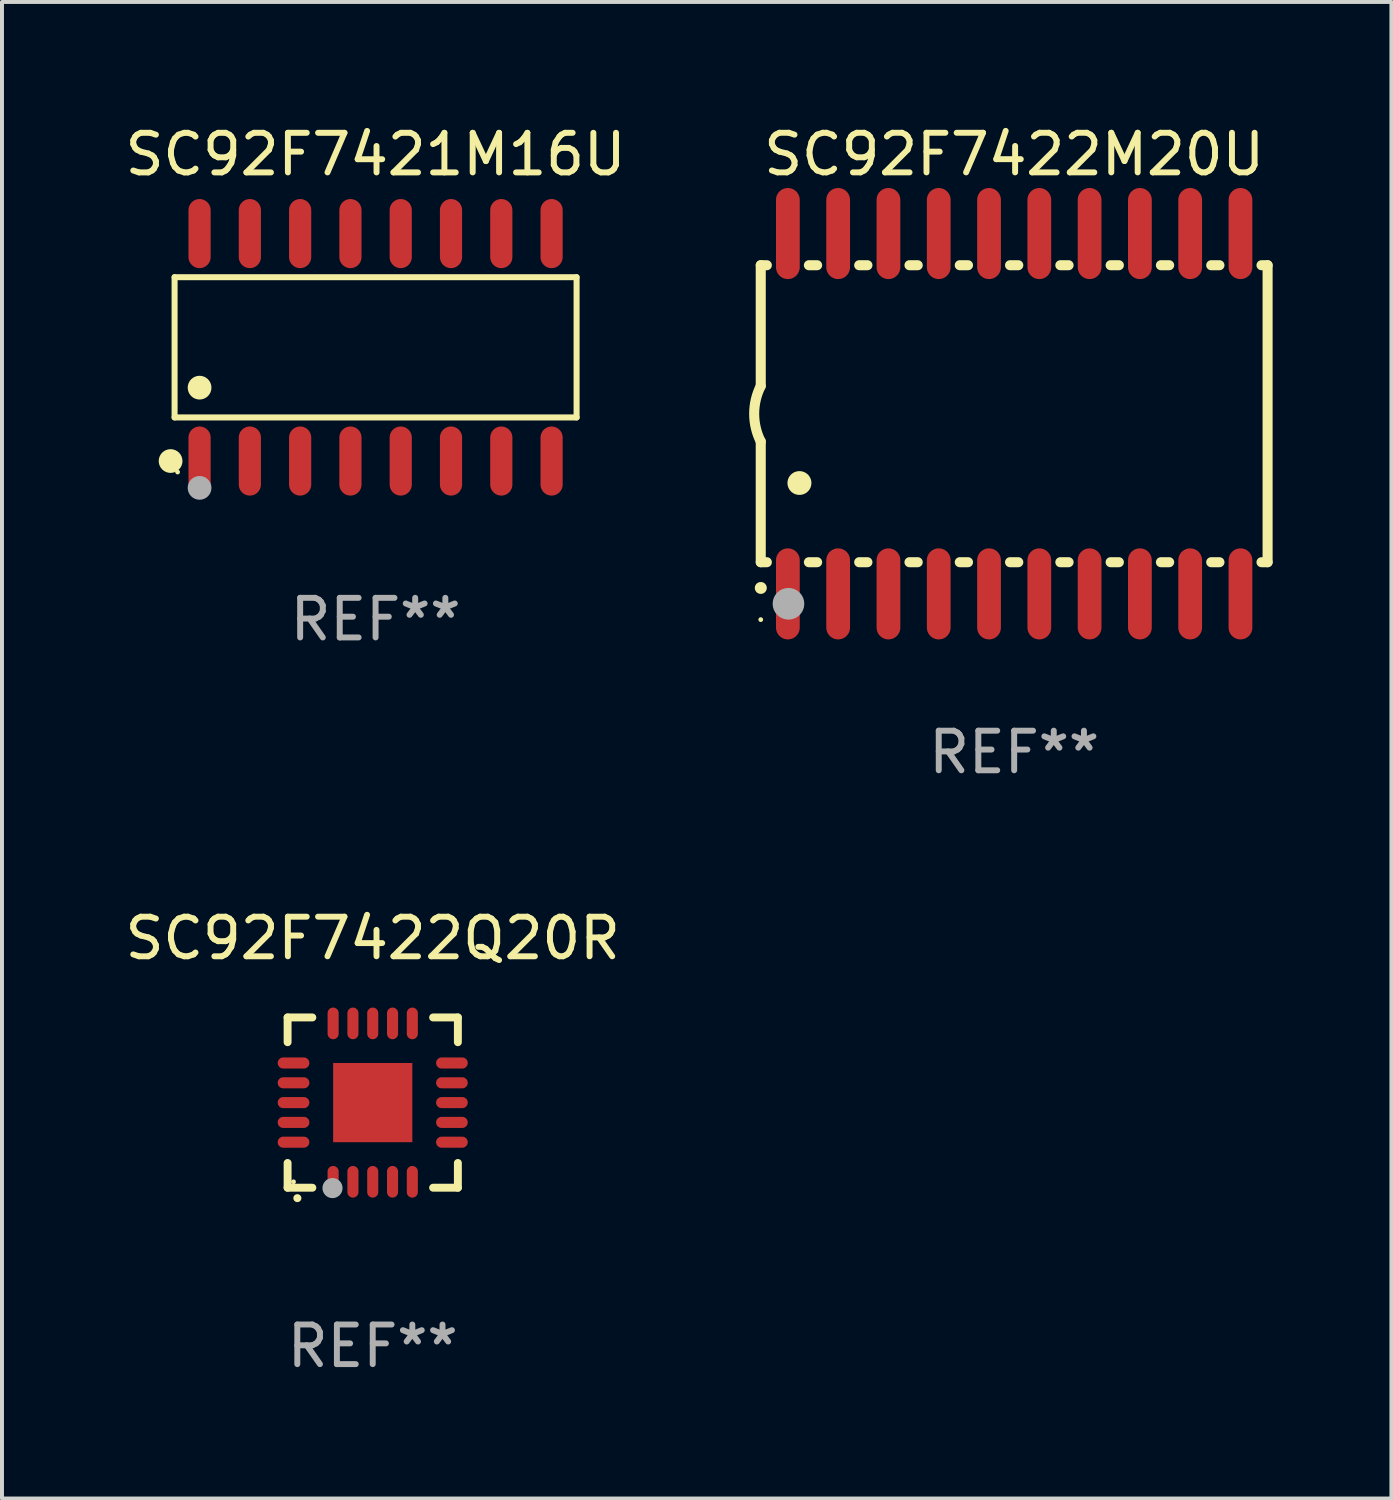
<source format=kicad_pcb>
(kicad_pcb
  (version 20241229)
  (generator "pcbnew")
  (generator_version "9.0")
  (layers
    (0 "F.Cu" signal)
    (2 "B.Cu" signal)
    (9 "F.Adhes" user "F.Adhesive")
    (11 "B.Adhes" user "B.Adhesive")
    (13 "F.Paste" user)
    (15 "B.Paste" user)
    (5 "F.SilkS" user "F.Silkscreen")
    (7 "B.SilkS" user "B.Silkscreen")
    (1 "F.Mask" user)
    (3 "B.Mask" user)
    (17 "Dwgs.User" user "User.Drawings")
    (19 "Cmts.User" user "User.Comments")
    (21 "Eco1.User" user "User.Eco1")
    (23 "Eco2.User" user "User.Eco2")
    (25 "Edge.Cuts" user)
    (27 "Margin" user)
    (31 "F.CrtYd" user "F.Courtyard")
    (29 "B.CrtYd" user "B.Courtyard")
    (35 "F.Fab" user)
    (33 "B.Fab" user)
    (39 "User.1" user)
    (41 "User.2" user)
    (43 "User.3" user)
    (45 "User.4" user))
  (footprint "SC92F7422M20U"
    (layer "F.Cu")
    (at 22.562 7.398)
    (property "Reference" "SC92F7422M20U" (at 0 -6.55 0) (layer "F.SilkS") (effects (font (size 1 1) (thickness 0.15))))
    (attr through_hole)
    (fp_line (start -6.4 -3.75) (end -6.4 -0.7) (stroke (width 0.254) (type solid)) (layer "F.SilkS"))
    (fp_line (start -6.4 -3.75) (end -6.246 -3.75) (stroke (width 0.254) (type solid)) (layer "F.SilkS"))
    (fp_line (start -6.4 3.75) (end -6.4 0.7) (stroke (width 0.254) (type solid)) (layer "F.SilkS"))
    (fp_line (start -6.246 3.75) (end -6.4 3.75) (stroke (width 0.254) (type solid)) (layer "F.SilkS"))
    (fp_line (start -5.184 -3.75) (end -4.976 -3.75) (stroke (width 0.254) (type solid)) (layer "F.SilkS"))
    (fp_line (start -4.976 3.75) (end -5.184 3.75) (stroke (width 0.254) (type solid)) (layer "F.SilkS"))
    (fp_line (start -3.914 -3.75) (end -3.706 -3.75) (stroke (width 0.254) (type solid)) (layer "F.SilkS"))
    (fp_line (start -3.706 3.75) (end -3.914 3.75) (stroke (width 0.254) (type solid)) (layer "F.SilkS"))
    (fp_line (start -2.644 -3.75) (end -2.436 -3.75) (stroke (width 0.254) (type solid)) (layer "F.SilkS"))
    (fp_line (start -2.436 3.75) (end -2.644 3.75) (stroke (width 0.254) (type solid)) (layer "F.SilkS"))
    (fp_line (start -1.374 -3.75) (end -1.166 -3.75) (stroke (width 0.254) (type solid)) (layer "F.SilkS"))
    (fp_line (start -1.166 3.75) (end -1.374 3.75) (stroke (width 0.254) (type solid)) (layer "F.SilkS"))
    (fp_line (start -0.104 -3.75) (end 0.104 -3.75) (stroke (width 0.254) (type solid)) (layer "F.SilkS"))
    (fp_line (start 0.104 3.75) (end -0.104 3.75) (stroke (width 0.254) (type solid)) (layer "F.SilkS"))
    (fp_line (start 1.166 -3.75) (end 1.374 -3.75) (stroke (width 0.254) (type solid)) (layer "F.SilkS"))
    (fp_line (start 1.374 3.75) (end 1.166 3.75) (stroke (width 0.254) (type solid)) (layer "F.SilkS"))
    (fp_line (start 2.436 -3.75) (end 2.644 -3.75) (stroke (width 0.254) (type solid)) (layer "F.SilkS"))
    (fp_line (start 2.644 3.75) (end 2.436 3.75) (stroke (width 0.254) (type solid)) (layer "F.SilkS"))
    (fp_line (start 3.706 -3.75) (end 3.914 -3.75) (stroke (width 0.254) (type solid)) (layer "F.SilkS"))
    (fp_line (start 3.914 3.75) (end 3.706 3.75) (stroke (width 0.254) (type solid)) (layer "F.SilkS"))
    (fp_line (start 4.976 -3.75) (end 5.184 -3.75) (stroke (width 0.254) (type solid)) (layer "F.SilkS"))
    (fp_line (start 5.184 3.75) (end 4.976 3.75) (stroke (width 0.254) (type solid)) (layer "F.SilkS"))
    (fp_line (start 6.246 -3.75) (end 6.4 -3.75) (stroke (width 0.254) (type solid)) (layer "F.SilkS"))
    (fp_line (start 6.4 -3.75) (end 6.4 3.75) (stroke (width 0.254) (type solid)) (layer "F.SilkS"))
    (fp_line (start 6.4 3.75) (end 6.246 3.75) (stroke (width 0.254) (type solid)) (layer "F.SilkS"))
    (fp_arc (start -6.400812 0.701041) (mid -6.565912 0.000428) (end -6.400025 -0.7) (stroke (width 0.254001) (type solid)) (layer "F.SilkS"))
    (fp_arc (start -6.400025 4.4) (mid -6.398755 4.399995) (end -6.397485 4.4) (stroke (width 0.3) (type solid)) (layer "F.SilkS"))
    (fp_arc (start -5.425451 1.750064) (mid -5.422911 1.750053) (end -5.420371 1.750064) (stroke (width 0.6) (type solid)) (layer "F.SilkS"))
    (fp_circle (center -6.4 5.2) (end -6.37 5.2) (stroke (width 0.06) (type solid)) (fill no) (layer "F.SilkS"))
    (fp_circle (center -5.7 4.8) (end -5.5 4.8) (stroke (width 0.4) (type solid)) (fill no) (layer "F.Fab"))
    (fp_text user "REF**" (at 0 8.55 0) (layer "F.Fab") (effects (font (size 1 1) (thickness 0.15))))
    (pad "1" smd oval (at -5.715 4.55 180) (size 0.6 2.3) (layers "F.Cu" "F.Mask" "F.Paste"))
    (pad "2" smd oval (at -4.445 4.55 180) (size 0.6 2.3) (layers "F.Cu" "F.Mask" "F.Paste"))
    (pad "3" smd oval (at -3.175 4.55 180) (size 0.6 2.3) (layers "F.Cu" "F.Mask" "F.Paste"))
    (pad "4" smd oval (at -1.905 4.55 180) (size 0.6 2.3) (layers "F.Cu" "F.Mask" "F.Paste"))
    (pad "5" smd oval (at -0.635 4.55 180) (size 0.6 2.3) (layers "F.Cu" "F.Mask" "F.Paste"))
    (pad "6" smd oval (at 0.635 4.55 180) (size 0.6 2.3) (layers "F.Cu" "F.Mask" "F.Paste"))
    (pad "7" smd oval (at 1.905 4.55 180) (size 0.6 2.3) (layers "F.Cu" "F.Mask" "F.Paste"))
    (pad "8" smd oval (at 3.175 4.55 180) (size 0.6 2.3) (layers "F.Cu" "F.Mask" "F.Paste"))
    (pad "9" smd oval (at 4.445 4.55 180) (size 0.6 2.3) (layers "F.Cu" "F.Mask" "F.Paste"))
    (pad "10" smd oval (at 5.715 4.55 180) (size 0.6 2.3) (layers "F.Cu" "F.Mask" "F.Paste"))
    (pad "11" smd oval (at 5.715 -4.55 180) (size 0.6 2.3) (layers "F.Cu" "F.Mask" "F.Paste"))
    (pad "12" smd oval (at 4.445 -4.55 180) (size 0.6 2.3) (layers "F.Cu" "F.Mask" "F.Paste"))
    (pad "13" smd oval (at 3.175 -4.55 180) (size 0.6 2.3) (layers "F.Cu" "F.Mask" "F.Paste"))
    (pad "14" smd oval (at 1.905 -4.55 180) (size 0.6 2.3) (layers "F.Cu" "F.Mask" "F.Paste"))
    (pad "15" smd oval (at 0.635 -4.55 180) (size 0.6 2.3) (layers "F.Cu" "F.Mask" "F.Paste"))
    (pad "16" smd oval (at -0.635 -4.55 180) (size 0.6 2.3) (layers "F.Cu" "F.Mask" "F.Paste"))
    (pad "17" smd oval (at -1.905 -4.55 180) (size 0.6 2.3) (layers "F.Cu" "F.Mask" "F.Paste"))
    (pad "18" smd oval (at -3.175 -4.55 180) (size 0.6 2.3) (layers "F.Cu" "F.Mask" "F.Paste"))
    (pad "19" smd oval (at -4.445 -4.55 180) (size 0.6 2.3) (layers "F.Cu" "F.Mask" "F.Paste"))
    (pad "20" smd oval (at -5.715 -4.55 180) (size 0.6 2.3) (layers "F.Cu" "F.Mask" "F.Paste")))
  (footprint "SC92F7422Q20R"
    (layer "F.Cu")
    (at 6.363 24.795)
    (property "Reference" "SC92F7422Q20R" (at 0 -4.15 0) (layer "F.SilkS") (effects (font (size 1 1) (thickness 0.15))))
    (attr through_hole)
    (fp_line (start -2.15 -2.15) (end -2.15 -1.525) (stroke (width 0.2) (type solid)) (layer "F.SilkS"))
    (fp_line (start -2.15 2.15) (end -2.15 1.525) (stroke (width 0.2) (type solid)) (layer "F.SilkS"))
    (fp_line (start -1.525 -2.15) (end -2.15 -2.15) (stroke (width 0.2) (type solid)) (layer "F.SilkS"))
    (fp_line (start -1.525 2.15) (end -2.15 2.15) (stroke (width 0.2) (type solid)) (layer "F.SilkS"))
    (fp_line (start 1.525 2.15) (end 2.15 2.15) (stroke (width 0.2) (type solid)) (layer "F.SilkS"))
    (fp_line (start 2.15 -2.15) (end 1.525 -2.15) (stroke (width 0.2) (type solid)) (layer "F.SilkS"))
    (fp_line (start 2.15 -1.525) (end 2.15 -2.15) (stroke (width 0.2) (type solid)) (layer "F.SilkS"))
    (fp_line (start 2.15 2.15) (end 2.15 1.525) (stroke (width 0.2) (type solid)) (layer "F.SilkS"))
    (fp_arc (start -1.905004 2.413005) (mid -1.903302 2.412998) (end -1.9016 2.413005) (stroke (width 0.2) (type solid)) (layer "F.SilkS"))
    (fp_circle (center -2 2) (end -1.97 2) (stroke (width 0.06) (type solid)) (fill no) (layer "F.SilkS"))
    (fp_circle (center -1.016 2.159) (end -0.889 2.159) (stroke (width 0.254) (type solid)) (fill no) (layer "F.Fab"))
    (fp_text user "REF**" (at 0 6.15 0) (layer "F.Fab") (effects (font (size 1 1) (thickness 0.15))))
    (pad "1" smd oval (at -1 2 180) (size 0.28 0.8) (layers "F.Cu" "F.Mask" "F.Paste"))
    (pad "2" smd oval (at -0.5 2 180) (size 0.28 0.8) (layers "F.Cu" "F.Mask" "F.Paste"))
    (pad "3" smd oval (at 0 2 180) (size 0.28 0.8) (layers "F.Cu" "F.Mask" "F.Paste"))
    (pad "4" smd oval (at 0.5 2 180) (size 0.28 0.8) (layers "F.Cu" "F.Mask" "F.Paste"))
    (pad "5" smd oval (at 1 2 180) (size 0.28 0.8) (layers "F.Cu" "F.Mask" "F.Paste"))
    (pad "6" smd oval (at 2 1 90) (size 0.28 0.8) (layers "F.Cu" "F.Mask" "F.Paste"))
    (pad "7" smd oval (at 2 0.5 90) (size 0.28 0.8) (layers "F.Cu" "F.Mask" "F.Paste"))
    (pad "8" smd oval (at 2 0 90) (size 0.28 0.8) (layers "F.Cu" "F.Mask" "F.Paste"))
    (pad "9" smd oval (at 2 -0.5 90) (size 0.28 0.8) (layers "F.Cu" "F.Mask" "F.Paste"))
    (pad "10" smd oval (at 2 -1 90) (size 0.28 0.8) (layers "F.Cu" "F.Mask" "F.Paste"))
    (pad "11" smd oval (at 1 -2 180) (size 0.28 0.8) (layers "F.Cu" "F.Mask" "F.Paste"))
    (pad "12" smd oval (at 0.5 -2 180) (size 0.28 0.8) (layers "F.Cu" "F.Mask" "F.Paste"))
    (pad "13" smd oval (at 0 -2 180) (size 0.28 0.8) (layers "F.Cu" "F.Mask" "F.Paste"))
    (pad "14" smd oval (at -0.5 -2 180) (size 0.28 0.8) (layers "F.Cu" "F.Mask" "F.Paste"))
    (pad "15" smd oval (at -1 -2 180) (size 0.28 0.8) (layers "F.Cu" "F.Mask" "F.Paste"))
    (pad "16" smd oval (at -2 -1 90) (size 0.28 0.8) (layers "F.Cu" "F.Mask" "F.Paste"))
    (pad "17" smd oval (at -2 -0.5 90) (size 0.28 0.8) (layers "F.Cu" "F.Mask" "F.Paste"))
    (pad "18" smd oval (at -2 0 90) (size 0.28 0.8) (layers "F.Cu" "F.Mask" "F.Paste"))
    (pad "19" smd oval (at -2 0.5 90) (size 0.28 0.8) (layers "F.Cu" "F.Mask" "F.Paste"))
    (pad "20" smd oval (at -2 1 90) (size 0.28 0.8) (layers "F.Cu" "F.Mask" "F.Paste"))
    (pad "21" smd rect (at 0 0 90) (size 2 2) (layers "F.Cu" "F.Mask" "F.Paste")))
  (footprint "SC92F7421M16U"
    (layer "F.Cu")
    (at 6.435 5.721)
    (property "Reference" "SC92F7421M16U" (at 0 -4.872 0) (layer "F.SilkS") (effects (font (size 1 1) (thickness 0.15))))
    (attr through_hole)
    (fp_line (start -5.076 -1.771) (end 5.076 -1.771) (stroke (width 0.152) (type solid)) (layer "F.SilkS"))
    (fp_line (start -5.076 1.771) (end -5.076 -1.771) (stroke (width 0.152) (type solid)) (layer "F.SilkS"))
    (fp_line (start 5.076 -1.771) (end 5.076 1.771) (stroke (width 0.152) (type solid)) (layer "F.SilkS"))
    (fp_line (start 5.076 1.771) (end -5.076 1.771) (stroke (width 0.152) (type solid)) (layer "F.SilkS"))
    (fp_circle (center -5.177 2.872) (end -5.027 2.872) (stroke (width 0.3) (type solid)) (fill no) (layer "F.SilkS"))
    (fp_circle (center -5 3.15) (end -4.97 3.15) (stroke (width 0.06) (type solid)) (fill no) (layer "F.SilkS"))
    (fp_circle (center -4.445 1.019) (end -4.295 1.019) (stroke (width 0.3) (type solid)) (fill no) (layer "F.SilkS"))
    (fp_circle (center -4.445 3.55) (end -4.295 3.55) (stroke (width 0.3) (type solid)) (fill no) (layer "F.Fab"))
    (fp_text user "REF**" (at 0 6.872 0) (layer "F.Fab") (effects (font (size 1 1) (thickness 0.15))))
    (pad "1" smd oval (at -4.445 2.872) (size 0.56 1.745) (layers "F.Cu" "F.Mask" "F.Paste"))
    (pad "2" smd oval (at -3.175 2.872) (size 0.56 1.745) (layers "F.Cu" "F.Mask" "F.Paste"))
    (pad "3" smd oval (at -1.905 2.872) (size 0.56 1.745) (layers "F.Cu" "F.Mask" "F.Paste"))
    (pad "4" smd oval (at -0.635 2.872) (size 0.56 1.745) (layers "F.Cu" "F.Mask" "F.Paste"))
    (pad "5" smd oval (at 0.635 2.872) (size 0.56 1.745) (layers "F.Cu" "F.Mask" "F.Paste"))
    (pad "6" smd oval (at 1.905 2.872) (size 0.56 1.745) (layers "F.Cu" "F.Mask" "F.Paste"))
    (pad "7" smd oval (at 3.175 2.872) (size 0.56 1.745) (layers "F.Cu" "F.Mask" "F.Paste"))
    (pad "8" smd oval (at 4.445 2.872) (size 0.56 1.745) (layers "F.Cu" "F.Mask" "F.Paste"))
    (pad "9" smd oval (at 4.445 -2.872) (size 0.56 1.745) (layers "F.Cu" "F.Mask" "F.Paste"))
    (pad "10" smd oval (at 3.175 -2.872) (size 0.56 1.745) (layers "F.Cu" "F.Mask" "F.Paste"))
    (pad "11" smd oval (at 1.905 -2.872) (size 0.56 1.745) (layers "F.Cu" "F.Mask" "F.Paste"))
    (pad "12" smd oval (at 0.635 -2.872) (size 0.56 1.745) (layers "F.Cu" "F.Mask" "F.Paste"))
    (pad "13" smd oval (at -0.635 -2.872) (size 0.56 1.745) (layers "F.Cu" "F.Mask" "F.Paste"))
    (pad "14" smd oval (at -1.905 -2.872) (size 0.56 1.745) (layers "F.Cu" "F.Mask" "F.Paste"))
    (pad "15" smd oval (at -3.175 -2.872) (size 0.56 1.745) (layers "F.Cu" "F.Mask" "F.Paste"))
    (pad "16" smd oval (at -4.445 -2.872) (size 0.56 1.745) (layers "F.Cu" "F.Mask" "F.Paste")))
  (gr_rect
    (start -3 -3)
    (end 32.089 34.793)
    (stroke (width 0.1) (type default))
    (fill no)
    (layer "Edge.Cuts")))
</source>
